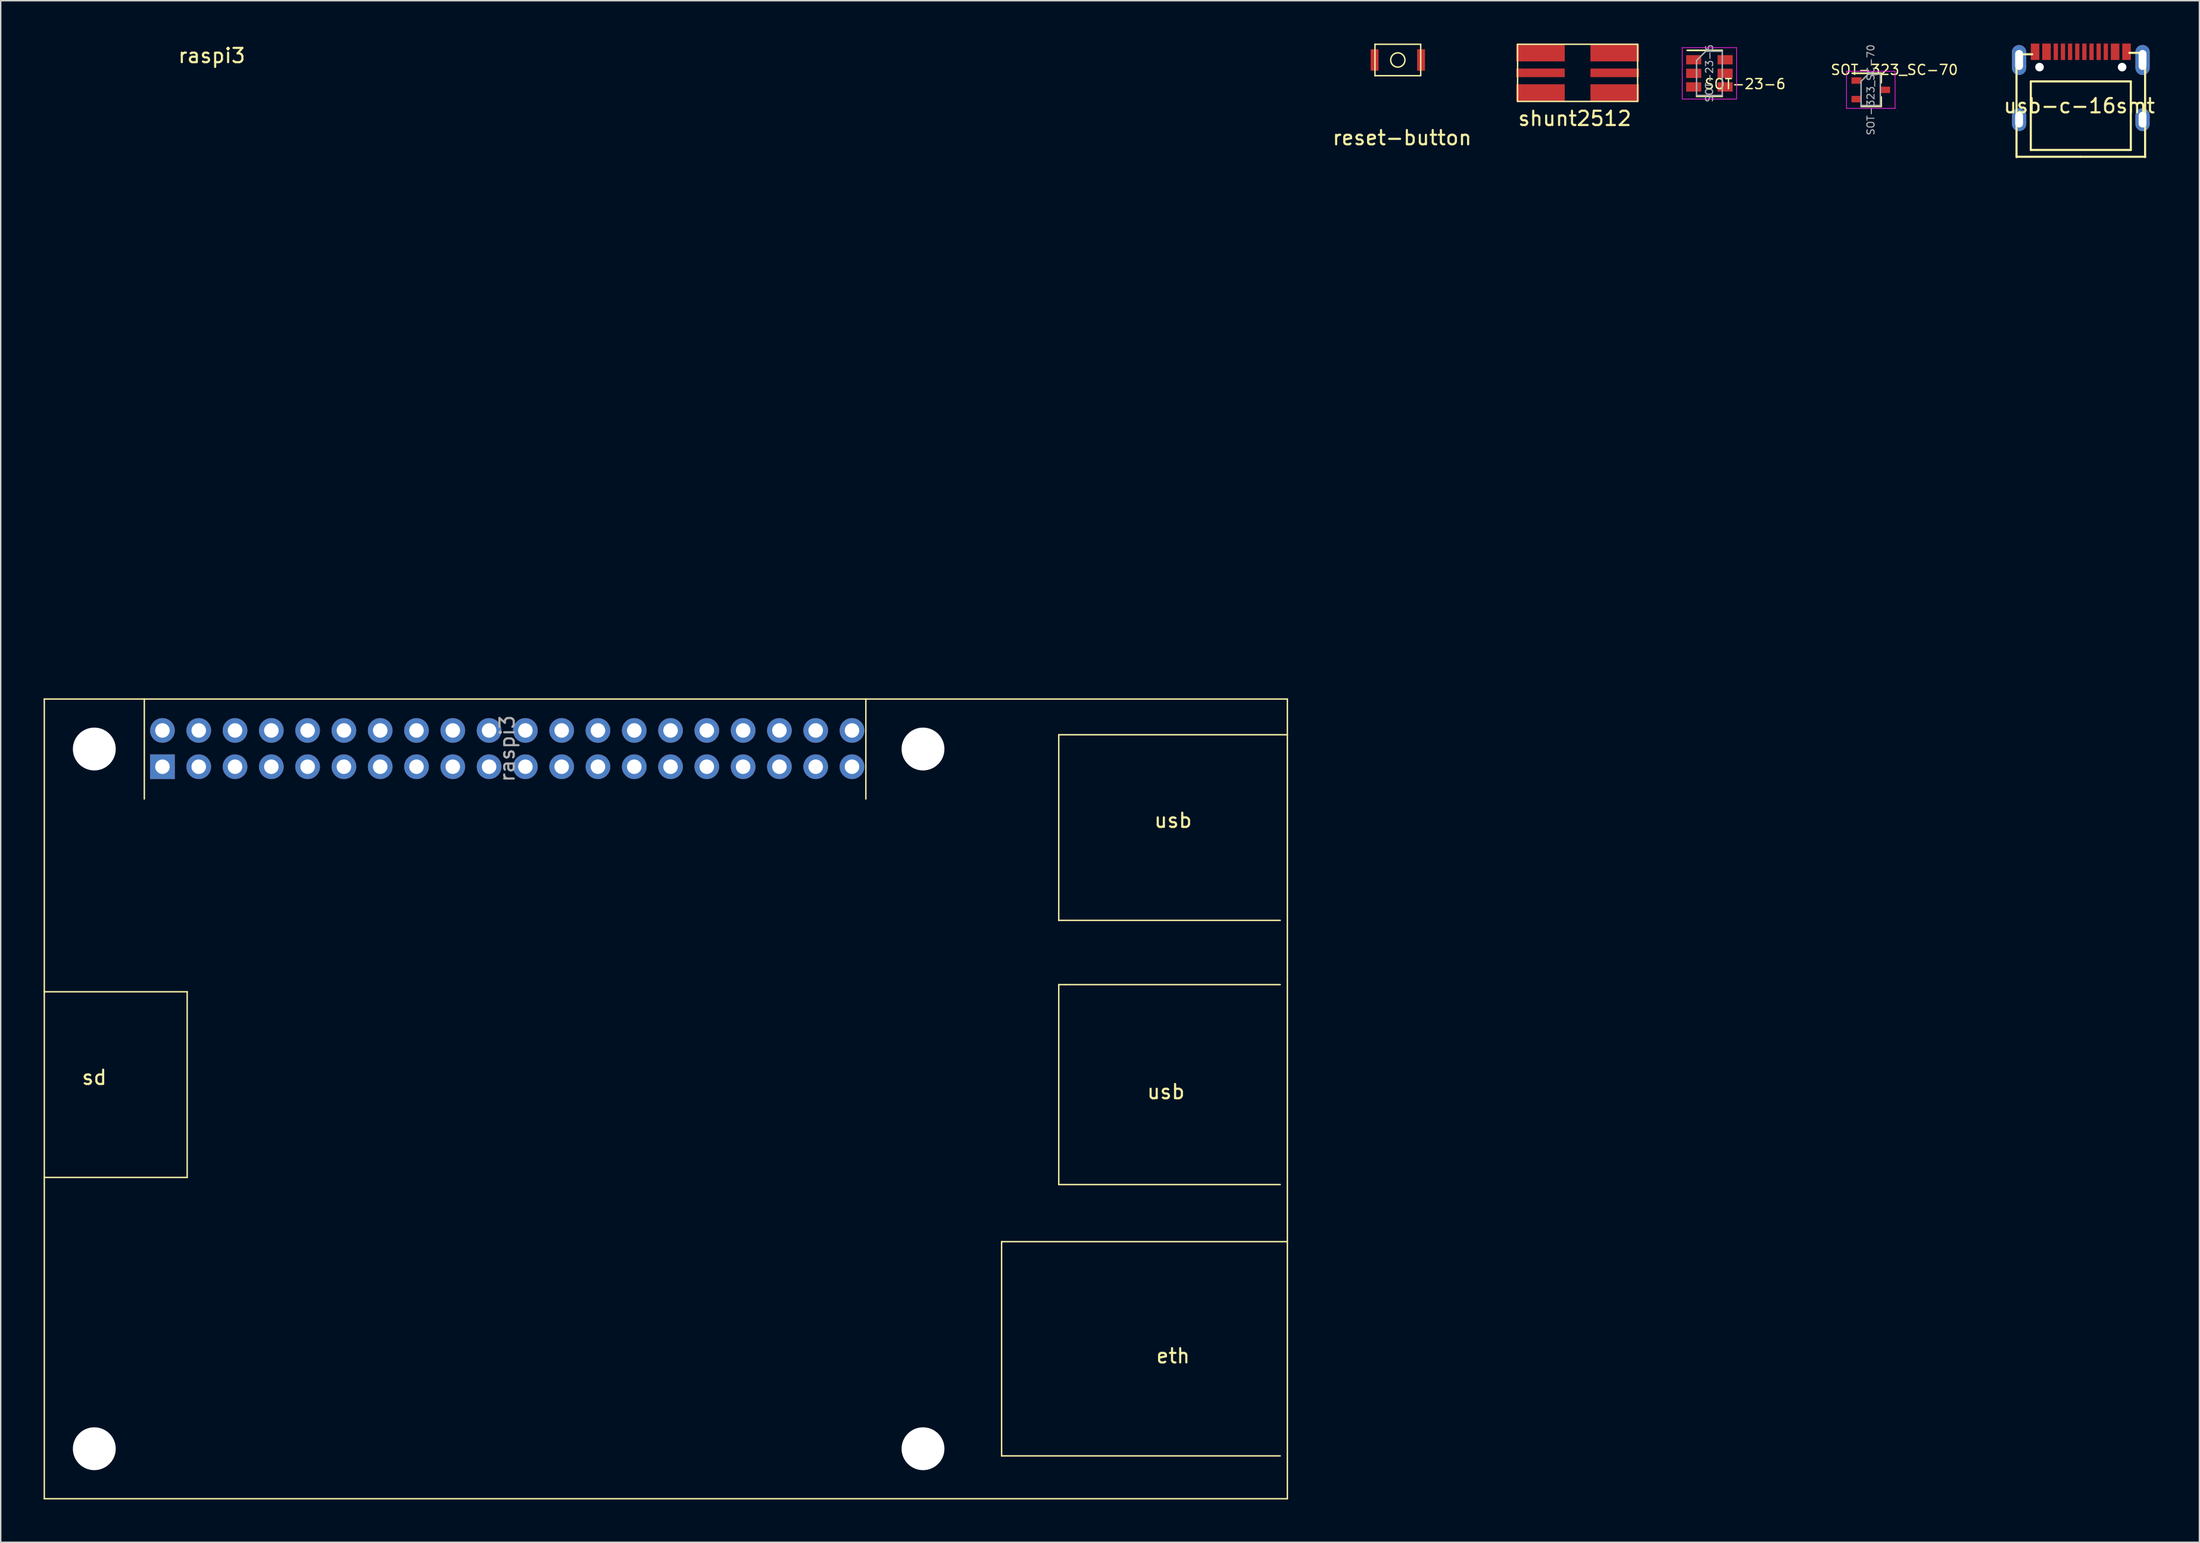
<source format=kicad_pcb>
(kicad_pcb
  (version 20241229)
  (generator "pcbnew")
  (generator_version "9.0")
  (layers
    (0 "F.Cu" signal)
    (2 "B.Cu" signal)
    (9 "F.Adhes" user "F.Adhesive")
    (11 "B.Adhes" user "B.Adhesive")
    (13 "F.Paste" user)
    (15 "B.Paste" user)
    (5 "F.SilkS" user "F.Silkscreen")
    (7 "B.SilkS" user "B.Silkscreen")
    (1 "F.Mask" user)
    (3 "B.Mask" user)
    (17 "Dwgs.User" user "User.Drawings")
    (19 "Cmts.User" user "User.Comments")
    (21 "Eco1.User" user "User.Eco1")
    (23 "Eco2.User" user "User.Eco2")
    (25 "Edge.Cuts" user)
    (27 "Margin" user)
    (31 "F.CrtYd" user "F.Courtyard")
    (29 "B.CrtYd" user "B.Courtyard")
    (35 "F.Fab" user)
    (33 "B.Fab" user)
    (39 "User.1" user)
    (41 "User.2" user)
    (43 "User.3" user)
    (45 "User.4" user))
  (footprint "raspi3"
    (layer "F.Cu")
    (at 3.55 49.402)
    (property "Reference" "raspi3" (at 8.22 -48.554 0) (layer "F.SilkS") (effects (font (size 1 1) (thickness 0.15))))
    (attr through_hole)
    (fp_line (start -3.5 -3.5) (end 83.5 -3.5) (stroke (width 0.1) (type solid)) (layer "F.SilkS"))
    (fp_line (start -3.5 17) (end 6.5 17) (stroke (width 0.1) (type solid)) (layer "F.SilkS"))
    (fp_line (start -3.5 52.5) (end -3.5 -3.5) (stroke (width 0.1) (type solid)) (layer "F.SilkS"))
    (fp_line (start 3.5 -3.5) (end 3.5 3.5) (stroke (width 0.1) (type solid)) (layer "F.SilkS"))
    (fp_line (start 6.5 17) (end 6.5 30) (stroke (width 0.1) (type solid)) (layer "F.SilkS"))
    (fp_line (start 6.5 30) (end -3.5 30) (stroke (width 0.1) (type solid)) (layer "F.SilkS"))
    (fp_line (start 54 -3.5) (end 54 3.5) (stroke (width 0.1) (type solid)) (layer "F.SilkS"))
    (fp_line (start 63.5 34.5) (end 63.5 49.5) (stroke (width 0.1) (type solid)) (layer "F.SilkS"))
    (fp_line (start 63.5 49.5) (end 83 49.5) (stroke (width 0.1) (type solid)) (layer "F.SilkS"))
    (fp_line (start 67.5 -1) (end 67.5 12) (stroke (width 0.1) (type solid)) (layer "F.SilkS"))
    (fp_line (start 67.5 12) (end 83 12) (stroke (width 0.1) (type solid)) (layer "F.SilkS"))
    (fp_line (start 67.5 16.5) (end 67.5 30.5) (stroke (width 0.1) (type solid)) (layer "F.SilkS"))
    (fp_line (start 67.5 30.5) (end 83 30.5) (stroke (width 0.1) (type solid)) (layer "F.SilkS"))
    (fp_line (start 68 16.5) (end 67.5 16.5) (stroke (width 0.1) (type solid)) (layer "F.SilkS"))
    (fp_line (start 83 16.5) (end 68 16.5) (stroke (width 0.1) (type solid)) (layer "F.SilkS"))
    (fp_line (start 83.5 -3.5) (end 83.5 52.5) (stroke (width 0.1) (type solid)) (layer "F.SilkS"))
    (fp_line (start 83.5 -1) (end 67.5 -1) (stroke (width 0.1) (type solid)) (layer "F.SilkS"))
    (fp_line (start 83.5 34.5) (end 63.5 34.5) (stroke (width 0.1) (type solid)) (layer "F.SilkS"))
    (fp_line (start 83.5 52.5) (end -3.5 52.5) (stroke (width 0.1) (type solid)) (layer "F.SilkS"))
    (fp_text user "sd" (at 0 23 0) (layer "F.SilkS") (effects (font (size 1 1) (thickness 0.15))))
    (fp_text user "usb" (at 75.5 5 0) (layer "F.SilkS") (effects (font (size 1 1) (thickness 0.15))))
    (fp_text user "eth" (at 75.5 42.5 0) (layer "F.SilkS") (effects (font (size 1 1) (thickness 0.15))))
    (fp_text user "usb" (at 75 24 0) (layer "F.SilkS") (effects (font (size 1 1) (thickness 0.15))))
    (fp_text user "${REFERENCE}" (at 28.9 -0.03 90) (layer "F.Fab") (effects (font (size 1 1) (thickness 0.15))))
    (pad "" np_thru_hole circle (at 0 0) (size 3 3) (drill 3) (layers "*.Cu" "*.Mask"))
    (pad "" np_thru_hole circle (at 0 49) (size 3 3) (drill 3) (layers "*.Cu" "*.Mask"))
    (pad "" np_thru_hole circle (at 58 0) (size 3 3) (drill 3) (layers "*.Cu" "*.Mask"))
    (pad "" np_thru_hole circle (at 58 49) (size 3 3) (drill 3) (layers "*.Cu" "*.Mask"))
    (pad "1" thru_hole rect (at 4.77 1.24 90) (size 1.727 1.727) (drill 1.016) (layers "*.Cu" "*.Mask"))
    (pad "2" thru_hole oval (at 4.77 -1.3 90) (size 1.727 1.727) (drill 1.016) (layers "*.Cu" "*.Mask"))
    (pad "3" thru_hole oval (at 7.31 1.24 90) (size 1.727 1.727) (drill 1.016) (layers "*.Cu" "*.Mask"))
    (pad "4" thru_hole oval (at 7.31 -1.3 90) (size 1.727 1.727) (drill 1.016) (layers "*.Cu" "*.Mask"))
    (pad "5" thru_hole oval (at 9.85 1.24 90) (size 1.727 1.727) (drill 1.016) (layers "*.Cu" "*.Mask"))
    (pad "6" thru_hole oval (at 9.85 -1.3 90) (size 1.727 1.727) (drill 1.016) (layers "*.Cu" "*.Mask"))
    (pad "7" thru_hole oval (at 12.39 1.24 90) (size 1.727 1.727) (drill 1.016) (layers "*.Cu" "*.Mask"))
    (pad "8" thru_hole oval (at 12.39 -1.3 90) (size 1.727 1.727) (drill 1.016) (layers "*.Cu" "*.Mask"))
    (pad "9" thru_hole oval (at 14.93 1.24 90) (size 1.727 1.727) (drill 1.016) (layers "*.Cu" "*.Mask"))
    (pad "10" thru_hole oval (at 14.93 -1.3 90) (size 1.727 1.727) (drill 1.016) (layers "*.Cu" "*.Mask"))
    (pad "11" thru_hole oval (at 17.47 1.24 90) (size 1.727 1.727) (drill 1.016) (layers "*.Cu" "*.Mask"))
    (pad "12" thru_hole oval (at 17.47 -1.3 90) (size 1.727 1.727) (drill 1.016) (layers "*.Cu" "*.Mask"))
    (pad "13" thru_hole oval (at 20.01 1.24 90) (size 1.727 1.727) (drill 1.016) (layers "*.Cu" "*.Mask"))
    (pad "14" thru_hole oval (at 20.01 -1.3 90) (size 1.727 1.727) (drill 1.016) (layers "*.Cu" "*.Mask"))
    (pad "15" thru_hole oval (at 22.55 1.24 90) (size 1.727 1.727) (drill 1.016) (layers "*.Cu" "*.Mask"))
    (pad "16" thru_hole oval (at 22.55 -1.3 90) (size 1.727 1.727) (drill 1.016) (layers "*.Cu" "*.Mask"))
    (pad "17" thru_hole oval (at 25.09 1.24 90) (size 1.727 1.727) (drill 1.016) (layers "*.Cu" "*.Mask"))
    (pad "18" thru_hole oval (at 25.09 -1.3 90) (size 1.727 1.727) (drill 1.016) (layers "*.Cu" "*.Mask"))
    (pad "19" thru_hole oval (at 27.63 1.24 90) (size 1.727 1.727) (drill 1.016) (layers "*.Cu" "*.Mask"))
    (pad "20" thru_hole oval (at 27.63 -1.3 90) (size 1.727 1.727) (drill 1.016) (layers "*.Cu" "*.Mask"))
    (pad "21" thru_hole oval (at 30.17 1.24 90) (size 1.727 1.727) (drill 1.016) (layers "*.Cu" "*.Mask"))
    (pad "22" thru_hole oval (at 30.17 -1.3 90) (size 1.727 1.727) (drill 1.016) (layers "*.Cu" "*.Mask"))
    (pad "23" thru_hole oval (at 32.71 1.24 90) (size 1.727 1.727) (drill 1.016) (layers "*.Cu" "*.Mask"))
    (pad "24" thru_hole oval (at 32.71 -1.3 90) (size 1.727 1.727) (drill 1.016) (layers "*.Cu" "*.Mask"))
    (pad "25" thru_hole oval (at 35.25 1.24 90) (size 1.727 1.727) (drill 1.016) (layers "*.Cu" "*.Mask"))
    (pad "26" thru_hole oval (at 35.25 -1.3 90) (size 1.727 1.727) (drill 1.016) (layers "*.Cu" "*.Mask"))
    (pad "27" thru_hole oval (at 37.79 1.24 90) (size 1.727 1.727) (drill 1.016) (layers "*.Cu" "*.Mask"))
    (pad "28" thru_hole oval (at 37.79 -1.3 90) (size 1.727 1.727) (drill 1.016) (layers "*.Cu" "*.Mask"))
    (pad "29" thru_hole oval (at 40.33 1.24 90) (size 1.727 1.727) (drill 1.016) (layers "*.Cu" "*.Mask"))
    (pad "30" thru_hole oval (at 40.33 -1.3 90) (size 1.727 1.727) (drill 1.016) (layers "*.Cu" "*.Mask"))
    (pad "31" thru_hole oval (at 42.87 1.24 90) (size 1.727 1.727) (drill 1.016) (layers "*.Cu" "*.Mask"))
    (pad "32" thru_hole oval (at 42.87 -1.3 90) (size 1.727 1.727) (drill 1.016) (layers "*.Cu" "*.Mask"))
    (pad "33" thru_hole oval (at 45.41 1.24 90) (size 1.727 1.727) (drill 1.016) (layers "*.Cu" "*.Mask"))
    (pad "34" thru_hole oval (at 45.41 -1.3 90) (size 1.727 1.727) (drill 1.016) (layers "*.Cu" "*.Mask"))
    (pad "35" thru_hole oval (at 47.95 1.24 90) (size 1.727 1.727) (drill 1.016) (layers "*.Cu" "*.Mask"))
    (pad "36" thru_hole oval (at 47.95 -1.3 90) (size 1.727 1.727) (drill 1.016) (layers "*.Cu" "*.Mask"))
    (pad "37" thru_hole oval (at 50.49 1.24 90) (size 1.727 1.727) (drill 1.016) (layers "*.Cu" "*.Mask"))
    (pad "38" thru_hole oval (at 50.49 -1.3 90) (size 1.727 1.727) (drill 1.016) (layers "*.Cu" "*.Mask"))
    (pad "39" thru_hole oval (at 53.03 1.24 90) (size 1.727 1.727) (drill 1.016) (layers "*.Cu" "*.Mask"))
    (pad "40" thru_hole oval (at 53.03 -1.3 90) (size 1.727 1.727) (drill 1.016) (layers "*.Cu" "*.Mask")))
  (footprint "SOT-323_SC-70"
    (layer "F.Cu")
    (at 127.883 3.241)
    (property "Reference" "SOT-323_SC-70" (at 1.65 -1.4 0) (layer "F.SilkS") (effects (font (size 0.7 0.7) (thickness 0.1))))
    (attr smd)
    (fp_line (start -0.68 1.16) (end 0.73 1.16) (stroke (width 0.12) (type solid)) (layer "F.SilkS"))
    (fp_line (start 0.73 -1.16) (end -1.3 -1.16) (stroke (width 0.12) (type solid)) (layer "F.SilkS"))
    (fp_line (start 0.73 -1.16) (end 0.73 -0.5) (stroke (width 0.12) (type solid)) (layer "F.SilkS"))
    (fp_line (start 0.73 0.5) (end 0.73 1.16) (stroke (width 0.12) (type solid)) (layer "F.SilkS"))
    (fp_line (start -1.7 -1.3) (end 1.7 -1.3) (stroke (width 0.05) (type solid)) (layer "F.CrtYd"))
    (fp_line (start -1.7 1.3) (end -1.7 -1.3) (stroke (width 0.05) (type solid)) (layer "F.CrtYd"))
    (fp_line (start 1.7 -1.3) (end 1.7 1.3) (stroke (width 0.05) (type solid)) (layer "F.CrtYd"))
    (fp_line (start 1.7 1.3) (end -1.7 1.3) (stroke (width 0.05) (type solid)) (layer "F.CrtYd"))
    (fp_line (start -0.68 -0.6) (end -0.68 1.1) (stroke (width 0.1) (type solid)) (layer "F.Fab"))
    (fp_line (start -0.18 -1.1) (end -0.68 -0.6) (stroke (width 0.1) (type solid)) (layer "F.Fab"))
    (fp_line (start 0.67 -1.1) (end -0.18 -1.1) (stroke (width 0.1) (type solid)) (layer "F.Fab"))
    (fp_line (start 0.67 -1.1) (end 0.67 1.1) (stroke (width 0.1) (type solid)) (layer "F.Fab"))
    (fp_line (start 0.67 1.1) (end -0.68 1.1) (stroke (width 0.1) (type solid)) (layer "F.Fab"))
    (fp_text user "${REFERENCE}" (at 0 0 90) (layer "F.Fab") (effects (font (size 0.5 0.5) (thickness 0.075))))
    (pad "1" smd rect (at -1 -0.65 270) (size 0.45 0.7) (layers "F.Cu" "F.Mask" "F.Paste"))
    (pad "2" smd rect (at -1 0.65 270) (size 0.45 0.7) (layers "F.Cu" "F.Mask" "F.Paste"))
    (pad "3" smd rect (at 1 0 270) (size 0.45 0.7) (layers "F.Cu" "F.Mask" "F.Paste")))
  (footprint "shunt2512"
    (layer "F.Cu")
    (at 107.364 2.05)
    (property "Reference" "shunt2512" (at -0.2 3.2 0) (layer "F.SilkS") (effects (font (size 1 1) (thickness 0.15))))
    (attr through_hole)
    (fp_line (start -4.2 -2) (end 4.2 -2) (stroke (width 0.1) (type solid)) (layer "F.SilkS"))
    (fp_line (start -4.2 2) (end -4.2 -2) (stroke (width 0.1) (type solid)) (layer "F.SilkS"))
    (fp_line (start 4.2 -2) (end 4.2 2) (stroke (width 0.1) (type solid)) (layer "F.SilkS"))
    (fp_line (start 4.2 2) (end -4.2 2) (stroke (width 0.1) (type solid)) (layer "F.SilkS"))
    (pad "1" smd custom (at -2.6 -1.4) (size 3.4 1.2) (layers "F.Cu" "F.Mask" "F.Paste") (options (anchor rect)) (primitives))
    (pad "1" smd custom (at -2.6 1.4) (size 3.4 1.2) (layers "F.Cu" "F.Mask" "F.Paste") (options (anchor rect)) (primitives))
    (pad "2" smd rect (at -2.6 0) (size 3.4 0.6) (layers "F.Cu" "F.Mask" "F.Paste"))
    (pad "3" smd rect (at 2.6 0) (size 3.4 0.6) (layers "F.Cu" "F.Mask" "F.Paste"))
    (pad "4" smd custom (at 2.6 -1.4) (size 3.4 1.2) (layers "F.Cu" "F.Mask" "F.Paste") (options (anchor rect)) (primitives))
    (pad "4" smd custom (at 2.6 1.4) (size 3.4 1.2) (layers "F.Cu" "F.Mask" "F.Paste") (options (anchor rect)) (primitives)))
  (footprint "SOT-23-6"
    (layer "F.Cu")
    (at 116.589 2.086)
    (property "Reference" "SOT-23-6" (at 2.5 0.75 0) (layer "F.SilkS") (effects (font (size 0.7 0.7) (thickness 0.1))))
    (attr smd)
    (fp_line (start -0.9 1.61) (end 0.9 1.61) (stroke (width 0.12) (type solid)) (layer "F.SilkS"))
    (fp_line (start 0.9 -1.61) (end -1.55 -1.61) (stroke (width 0.12) (type solid)) (layer "F.SilkS"))
    (fp_line (start -1.9 -1.8) (end -1.9 1.8) (stroke (width 0.05) (type solid)) (layer "F.CrtYd"))
    (fp_line (start -1.9 1.8) (end 1.9 1.8) (stroke (width 0.05) (type solid)) (layer "F.CrtYd"))
    (fp_line (start 1.9 -1.8) (end -1.9 -1.8) (stroke (width 0.05) (type solid)) (layer "F.CrtYd"))
    (fp_line (start 1.9 1.8) (end 1.9 -1.8) (stroke (width 0.05) (type solid)) (layer "F.CrtYd"))
    (fp_line (start -0.9 -0.9) (end -0.9 1.55) (stroke (width 0.1) (type solid)) (layer "F.Fab"))
    (fp_line (start -0.9 -0.9) (end -0.25 -1.55) (stroke (width 0.1) (type solid)) (layer "F.Fab"))
    (fp_line (start 0.9 -1.55) (end -0.25 -1.55) (stroke (width 0.1) (type solid)) (layer "F.Fab"))
    (fp_line (start 0.9 -1.55) (end 0.9 1.55) (stroke (width 0.1) (type solid)) (layer "F.Fab"))
    (fp_line (start 0.9 1.55) (end -0.9 1.55) (stroke (width 0.1) (type solid)) (layer "F.Fab"))
    (fp_text user "${REFERENCE}" (at 0 0 90) (layer "F.Fab") (effects (font (size 0.5 0.5) (thickness 0.075))))
    (pad "1" smd rect (at -1.1 -0.95) (size 1.06 0.65) (layers "F.Cu" "F.Mask" "F.Paste"))
    (pad "2" smd rect (at -1.1 0) (size 1.06 0.65) (layers "F.Cu" "F.Mask" "F.Paste"))
    (pad "3" smd rect (at -1.1 0.95) (size 1.06 0.65) (layers "F.Cu" "F.Mask" "F.Paste"))
    (pad "4" smd rect (at 1.1 0.95) (size 1.06 0.65) (layers "F.Cu" "F.Mask" "F.Paste"))
    (pad "5" smd rect (at 1.1 0) (size 1.06 0.65) (layers "F.Cu" "F.Mask" "F.Paste"))
    (pad "6" smd rect (at 1.1 -0.95) (size 1.06 0.65) (layers "F.Cu" "F.Mask" "F.Paste")))
  (footprint "usb-c-16smt"
    (layer "F.Cu")
    (at 142.583 1.15)
    (property "Reference" "usb-c-16smt" (at -0.11 3.21 0) (layer "F.SilkS") (effects (font (size 1 1) (thickness 0.15))))
    (attr through_hole)
    (fp_line (start -4.5 -0.4) (end -4.5 6.8) (stroke (width 0.15) (type solid)) (layer "F.SilkS"))
    (fp_line (start -4.5 6.78) (end 0 6.78) (stroke (width 0.15) (type solid)) (layer "F.SilkS"))
    (fp_line (start -3.5 1.5) (end 3.5 1.5) (stroke (width 0.15) (type solid)) (layer "F.SilkS"))
    (fp_line (start -3.5 6.3) (end -3.5 1.5) (stroke (width 0.15) (type solid)) (layer "F.SilkS"))
    (fp_line (start -3.4 -0.4) (end -4.5 -0.4) (stroke (width 0.15) (type solid)) (layer "F.SilkS"))
    (fp_line (start 0 6.78) (end 4.5 6.78) (stroke (width 0.15) (type solid)) (layer "F.SilkS"))
    (fp_line (start 3.5 1.5) (end 3.5 6.3) (stroke (width 0.15) (type solid)) (layer "F.SilkS"))
    (fp_line (start 3.5 6.3) (end -3.5 6.3) (stroke (width 0.15) (type solid)) (layer "F.SilkS"))
    (fp_line (start 4.5 -0.5) (end 3.4 -0.5) (stroke (width 0.15) (type solid)) (layer "F.SilkS"))
    (fp_line (start 4.5 6.8) (end 4.5 -0.5) (stroke (width 0.15) (type solid)) (layer "F.SilkS"))
    (pad "" np_thru_hole circle (at -2.89 0.5) (size 0.6 0.6) (drill 0.6) (layers "*.Cu" "*.Mask"))
    (pad "" np_thru_hole circle (at 2.89 0.5) (size 0.6 0.6) (drill 0.6) (layers "*.Cu" "*.Mask"))
    (pad "A1/B12" smd rect (at -3.2 -0.575) (size 0.6 1.15) (layers "F.Cu" "F.Mask" "F.Paste"))
    (pad "A4/B9" smd rect (at -2.4 -0.575) (size 0.6 1.15) (layers "F.Cu" "F.Mask" "F.Paste"))
    (pad "A5" smd rect (at -1.25 -0.575) (size 0.3 1.15) (layers "F.Cu" "F.Mask" "F.Paste"))
    (pad "A6" smd rect (at -0.25 -0.575) (size 0.3 1.15) (layers "F.Cu" "F.Mask" "F.Paste"))
    (pad "A7" smd rect (at 0.25 -0.575) (size 0.3 1.15) (layers "F.Cu" "F.Mask" "F.Paste"))
    (pad "A8" smd rect (at 1.25 -0.575) (size 0.3 1.15) (layers "F.Cu" "F.Mask" "F.Paste"))
    (pad "B1/A12" smd rect (at 3.2 -0.575) (size 0.6 1.15) (layers "F.Cu" "F.Mask" "F.Paste"))
    (pad "B4/A9" smd rect (at 2.4 -0.575) (size 0.6 1.15) (layers "F.Cu" "F.Mask" "F.Paste"))
    (pad "B5" smd rect (at 1.75 -0.575) (size 0.3 1.15) (layers "F.Cu" "F.Mask" "F.Paste"))
    (pad "B6" smd rect (at 0.75 -0.575) (size 0.3 1.15) (layers "F.Cu" "F.Mask" "F.Paste"))
    (pad "B7" smd rect (at -0.75 -0.575) (size 0.3 1.15) (layers "F.Cu" "F.Mask" "F.Paste"))
    (pad "B8" smd rect (at -1.75 -0.575) (size 0.3 1.15) (layers "F.Cu" "F.Mask" "F.Paste"))
    (pad "S1" thru_hole oval (at -4.32 4.18) (size 1 1.6) (drill oval 0.55 1.1) (layers "*.Cu" "*.Mask"))
    (pad "S2" thru_hole oval (at -4.32 0) (size 1 2.1) (drill oval 0.55 1.4) (layers "*.Cu" "*.Mask"))
    (pad "S3" thru_hole oval (at 4.32 0) (size 1 2.1) (drill oval 0.55 1.4) (layers "*.Cu" "*.Mask"))
    (pad "S4" thru_hole oval (at 4.32 4.18) (size 1 1.6) (drill oval 0.55 1.1) (layers "*.Cu" "*.Mask")))
  (footprint "reset-button"
    (layer "F.Cu")
    (at 94.782 1.15)
    (property "Reference" "reset-button" (at 0.3 5.45 0) (layer "F.SilkS") (effects (font (size 1 1) (thickness 0.15))))
    (attr through_hole)
    (fp_line (start -1.6 -1.1) (end 1.6 -1.1) (stroke (width 0.1) (type solid)) (layer "F.SilkS"))
    (fp_line (start -1.6 1.1) (end -1.6 -1.1) (stroke (width 0.1) (type solid)) (layer "F.SilkS"))
    (fp_line (start 1.6 -1.1) (end 1.6 1) (stroke (width 0.1) (type solid)) (layer "F.SilkS"))
    (fp_line (start 1.6 1) (end 1.6 1.1) (stroke (width 0.1) (type solid)) (layer "F.SilkS"))
    (fp_line (start 1.6 1.1) (end -1.6 1.1) (stroke (width 0.1) (type solid)) (layer "F.SilkS"))
    (fp_circle (center 0 0) (end 0.3 0.4) (stroke (width 0.1) (type solid)) (fill no) (layer "F.SilkS"))
    (pad "1" smd rect (at -1.625 0) (size 0.55 1.5) (layers "F.Cu" "F.Mask" "F.Paste"))
    (pad "2" smd rect (at 1.625 0) (size 0.55 1.5) (layers "F.Cu" "F.Mask" "F.Paste")))
  (gr_rect
    (start -3 -3)
    (end 150.884 104.952)
    (stroke (width 0.1) (type default))
    (fill no)
    (layer "Edge.Cuts")))
</source>
